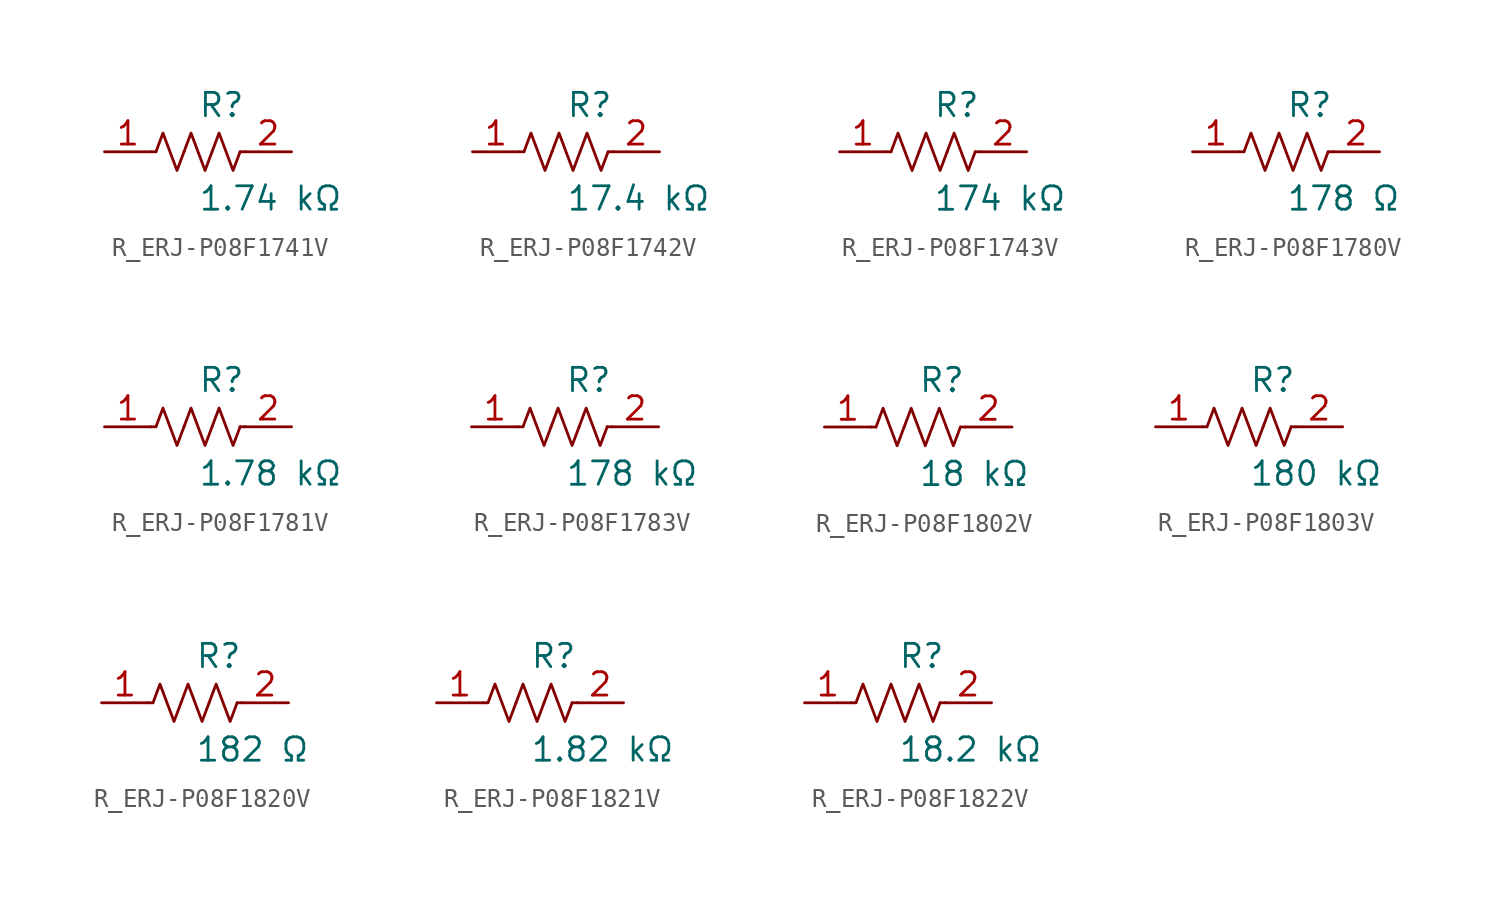
<source format=kicad_sym>
(kicad_symbol_lib
  (version 20231120)
  (generator kicad_symbol_editor)
  (generator_version 8.0)
  (symbol "R_ERJ-P08F1741V"
    (pin_names
      (offset 0.254))
    (property "Reference" "R"
      (at 0.0 2.54 0)
      (effects (font (size 1.27 1.27)) (justify left)))
    (property "Value" "1.74 kΩ"
      (at 0.0 -2.54 0)
      (effects (font (size 1.27 1.27)) (justify left)))
    (symbol "R_ERJ-P08F1741V_0_1"
      (polyline (pts (xy 2.286 0) (xy 2.54 0)) (stroke (width 0) (type default)) (fill (type none)))
      (polyline (pts (xy -2.286 0) (xy -2.54 0)) (stroke (width 0) (type default)) (fill (type none)))
      (polyline (pts (xy 0.762 0) (xy 1.143 1.016) (xy 1.524 0) (xy 1.905 -1.016) (xy 2.286 0)) (stroke (width 0) (type default)) (fill (type none)))
      (polyline (pts (xy -0.762 0) (xy -0.381 1.016) (xy 0 0) (xy 0.381 -1.016) (xy 0.762 0)) (stroke (width 0) (type default)) (fill (type none)))
      (polyline (pts (xy -2.286 0) (xy -1.905 1.016) (xy -1.524 0) (xy -1.143 -1.016) (xy -0.762 0)) (stroke (width 0) (type default)) (fill (type none))))
    (pin unspecified line
      (at -5.08 0 0)
      (length 2.54)
      (name "" (effects (font (size 1.27 1.27))))
      (number "1" (effects (font (size 1.27 1.27)))))
    (pin unspecified line
      (at 5.08 0 180)
      (length 2.54)
      (name "" (effects (font (size 1.27 1.27))))
      (number "2" (effects (font (size 1.27 1.27))))))
  (symbol "R_ERJ-P08F1742V"
    (pin_names
      (offset 0.254))
    (property "Reference" "R"
      (at 0.0 2.54 0)
      (effects (font (size 1.27 1.27)) (justify left)))
    (property "Value" "17.4 kΩ"
      (at 0.0 -2.54 0)
      (effects (font (size 1.27 1.27)) (justify left)))
    (symbol "R_ERJ-P08F1742V_0_1"
      (polyline (pts (xy 2.286 0) (xy 2.54 0)) (stroke (width 0) (type default)) (fill (type none)))
      (polyline (pts (xy -2.286 0) (xy -2.54 0)) (stroke (width 0) (type default)) (fill (type none)))
      (polyline (pts (xy 0.762 0) (xy 1.143 1.016) (xy 1.524 0) (xy 1.905 -1.016) (xy 2.286 0)) (stroke (width 0) (type default)) (fill (type none)))
      (polyline (pts (xy -0.762 0) (xy -0.381 1.016) (xy 0 0) (xy 0.381 -1.016) (xy 0.762 0)) (stroke (width 0) (type default)) (fill (type none)))
      (polyline (pts (xy -2.286 0) (xy -1.905 1.016) (xy -1.524 0) (xy -1.143 -1.016) (xy -0.762 0)) (stroke (width 0) (type default)) (fill (type none))))
    (pin unspecified line
      (at -5.08 0 0)
      (length 2.54)
      (name "" (effects (font (size 1.27 1.27))))
      (number "1" (effects (font (size 1.27 1.27)))))
    (pin unspecified line
      (at 5.08 0 180)
      (length 2.54)
      (name "" (effects (font (size 1.27 1.27))))
      (number "2" (effects (font (size 1.27 1.27))))))
  (symbol "R_ERJ-P08F1743V"
    (pin_names
      (offset 0.254))
    (property "Reference" "R"
      (at 0.0 2.54 0)
      (effects (font (size 1.27 1.27)) (justify left)))
    (property "Value" "174 kΩ"
      (at 0.0 -2.54 0)
      (effects (font (size 1.27 1.27)) (justify left)))
    (symbol "R_ERJ-P08F1743V_0_1"
      (polyline (pts (xy 2.286 0) (xy 2.54 0)) (stroke (width 0) (type default)) (fill (type none)))
      (polyline (pts (xy -2.286 0) (xy -2.54 0)) (stroke (width 0) (type default)) (fill (type none)))
      (polyline (pts (xy 0.762 0) (xy 1.143 1.016) (xy 1.524 0) (xy 1.905 -1.016) (xy 2.286 0)) (stroke (width 0) (type default)) (fill (type none)))
      (polyline (pts (xy -0.762 0) (xy -0.381 1.016) (xy 0 0) (xy 0.381 -1.016) (xy 0.762 0)) (stroke (width 0) (type default)) (fill (type none)))
      (polyline (pts (xy -2.286 0) (xy -1.905 1.016) (xy -1.524 0) (xy -1.143 -1.016) (xy -0.762 0)) (stroke (width 0) (type default)) (fill (type none))))
    (pin unspecified line
      (at -5.08 0 0)
      (length 2.54)
      (name "" (effects (font (size 1.27 1.27))))
      (number "1" (effects (font (size 1.27 1.27)))))
    (pin unspecified line
      (at 5.08 0 180)
      (length 2.54)
      (name "" (effects (font (size 1.27 1.27))))
      (number "2" (effects (font (size 1.27 1.27))))))
  (symbol "R_ERJ-P08F1780V"
    (pin_names
      (offset 0.254))
    (property "Reference" "R"
      (at 0.0 2.54 0)
      (effects (font (size 1.27 1.27)) (justify left)))
    (property "Value" "178 Ω"
      (at 0.0 -2.54 0)
      (effects (font (size 1.27 1.27)) (justify left)))
    (symbol "R_ERJ-P08F1780V_0_1"
      (polyline (pts (xy 2.286 0) (xy 2.54 0)) (stroke (width 0) (type default)) (fill (type none)))
      (polyline (pts (xy -2.286 0) (xy -2.54 0)) (stroke (width 0) (type default)) (fill (type none)))
      (polyline (pts (xy 0.762 0) (xy 1.143 1.016) (xy 1.524 0) (xy 1.905 -1.016) (xy 2.286 0)) (stroke (width 0) (type default)) (fill (type none)))
      (polyline (pts (xy -0.762 0) (xy -0.381 1.016) (xy 0 0) (xy 0.381 -1.016) (xy 0.762 0)) (stroke (width 0) (type default)) (fill (type none)))
      (polyline (pts (xy -2.286 0) (xy -1.905 1.016) (xy -1.524 0) (xy -1.143 -1.016) (xy -0.762 0)) (stroke (width 0) (type default)) (fill (type none))))
    (pin unspecified line
      (at -5.08 0 0)
      (length 2.54)
      (name "" (effects (font (size 1.27 1.27))))
      (number "1" (effects (font (size 1.27 1.27)))))
    (pin unspecified line
      (at 5.08 0 180)
      (length 2.54)
      (name "" (effects (font (size 1.27 1.27))))
      (number "2" (effects (font (size 1.27 1.27))))))
  (symbol "R_ERJ-P08F1781V"
    (pin_names
      (offset 0.254))
    (property "Reference" "R"
      (at 0.0 2.54 0)
      (effects (font (size 1.27 1.27)) (justify left)))
    (property "Value" "1.78 kΩ"
      (at 0.0 -2.54 0)
      (effects (font (size 1.27 1.27)) (justify left)))
    (symbol "R_ERJ-P08F1781V_0_1"
      (polyline (pts (xy 2.286 0) (xy 2.54 0)) (stroke (width 0) (type default)) (fill (type none)))
      (polyline (pts (xy -2.286 0) (xy -2.54 0)) (stroke (width 0) (type default)) (fill (type none)))
      (polyline (pts (xy 0.762 0) (xy 1.143 1.016) (xy 1.524 0) (xy 1.905 -1.016) (xy 2.286 0)) (stroke (width 0) (type default)) (fill (type none)))
      (polyline (pts (xy -0.762 0) (xy -0.381 1.016) (xy 0 0) (xy 0.381 -1.016) (xy 0.762 0)) (stroke (width 0) (type default)) (fill (type none)))
      (polyline (pts (xy -2.286 0) (xy -1.905 1.016) (xy -1.524 0) (xy -1.143 -1.016) (xy -0.762 0)) (stroke (width 0) (type default)) (fill (type none))))
    (pin unspecified line
      (at -5.08 0 0)
      (length 2.54)
      (name "" (effects (font (size 1.27 1.27))))
      (number "1" (effects (font (size 1.27 1.27)))))
    (pin unspecified line
      (at 5.08 0 180)
      (length 2.54)
      (name "" (effects (font (size 1.27 1.27))))
      (number "2" (effects (font (size 1.27 1.27))))))
  (symbol "R_ERJ-P08F1783V"
    (pin_names
      (offset 0.254))
    (property "Reference" "R"
      (at 0.0 2.54 0)
      (effects (font (size 1.27 1.27)) (justify left)))
    (property "Value" "178 kΩ"
      (at 0.0 -2.54 0)
      (effects (font (size 1.27 1.27)) (justify left)))
    (symbol "R_ERJ-P08F1783V_0_1"
      (polyline (pts (xy 2.286 0) (xy 2.54 0)) (stroke (width 0) (type default)) (fill (type none)))
      (polyline (pts (xy -2.286 0) (xy -2.54 0)) (stroke (width 0) (type default)) (fill (type none)))
      (polyline (pts (xy 0.762 0) (xy 1.143 1.016) (xy 1.524 0) (xy 1.905 -1.016) (xy 2.286 0)) (stroke (width 0) (type default)) (fill (type none)))
      (polyline (pts (xy -0.762 0) (xy -0.381 1.016) (xy 0 0) (xy 0.381 -1.016) (xy 0.762 0)) (stroke (width 0) (type default)) (fill (type none)))
      (polyline (pts (xy -2.286 0) (xy -1.905 1.016) (xy -1.524 0) (xy -1.143 -1.016) (xy -0.762 0)) (stroke (width 0) (type default)) (fill (type none))))
    (pin unspecified line
      (at -5.08 0 0)
      (length 2.54)
      (name "" (effects (font (size 1.27 1.27))))
      (number "1" (effects (font (size 1.27 1.27)))))
    (pin unspecified line
      (at 5.08 0 180)
      (length 2.54)
      (name "" (effects (font (size 1.27 1.27))))
      (number "2" (effects (font (size 1.27 1.27))))))
  (symbol "R_ERJ-P08F1802V"
    (pin_names
      (offset 0.254))
    (property "Reference" "R"
      (at 0.0 2.54 0)
      (effects (font (size 1.27 1.27)) (justify left)))
    (property "Value" "18 kΩ"
      (at 0.0 -2.54 0)
      (effects (font (size 1.27 1.27)) (justify left)))
    (symbol "R_ERJ-P08F1802V_0_1"
      (polyline (pts (xy 2.286 0) (xy 2.54 0)) (stroke (width 0) (type default)) (fill (type none)))
      (polyline (pts (xy -2.286 0) (xy -2.54 0)) (stroke (width 0) (type default)) (fill (type none)))
      (polyline (pts (xy 0.762 0) (xy 1.143 1.016) (xy 1.524 0) (xy 1.905 -1.016) (xy 2.286 0)) (stroke (width 0) (type default)) (fill (type none)))
      (polyline (pts (xy -0.762 0) (xy -0.381 1.016) (xy 0 0) (xy 0.381 -1.016) (xy 0.762 0)) (stroke (width 0) (type default)) (fill (type none)))
      (polyline (pts (xy -2.286 0) (xy -1.905 1.016) (xy -1.524 0) (xy -1.143 -1.016) (xy -0.762 0)) (stroke (width 0) (type default)) (fill (type none))))
    (pin unspecified line
      (at -5.08 0 0)
      (length 2.54)
      (name "" (effects (font (size 1.27 1.27))))
      (number "1" (effects (font (size 1.27 1.27)))))
    (pin unspecified line
      (at 5.08 0 180)
      (length 2.54)
      (name "" (effects (font (size 1.27 1.27))))
      (number "2" (effects (font (size 1.27 1.27))))))
  (symbol "R_ERJ-P08F1803V"
    (pin_names
      (offset 0.254))
    (property "Reference" "R"
      (at 0.0 2.54 0)
      (effects (font (size 1.27 1.27)) (justify left)))
    (property "Value" "180 kΩ"
      (at 0.0 -2.54 0)
      (effects (font (size 1.27 1.27)) (justify left)))
    (symbol "R_ERJ-P08F1803V_0_1"
      (polyline (pts (xy 2.286 0) (xy 2.54 0)) (stroke (width 0) (type default)) (fill (type none)))
      (polyline (pts (xy -2.286 0) (xy -2.54 0)) (stroke (width 0) (type default)) (fill (type none)))
      (polyline (pts (xy 0.762 0) (xy 1.143 1.016) (xy 1.524 0) (xy 1.905 -1.016) (xy 2.286 0)) (stroke (width 0) (type default)) (fill (type none)))
      (polyline (pts (xy -0.762 0) (xy -0.381 1.016) (xy 0 0) (xy 0.381 -1.016) (xy 0.762 0)) (stroke (width 0) (type default)) (fill (type none)))
      (polyline (pts (xy -2.286 0) (xy -1.905 1.016) (xy -1.524 0) (xy -1.143 -1.016) (xy -0.762 0)) (stroke (width 0) (type default)) (fill (type none))))
    (pin unspecified line
      (at -5.08 0 0)
      (length 2.54)
      (name "" (effects (font (size 1.27 1.27))))
      (number "1" (effects (font (size 1.27 1.27)))))
    (pin unspecified line
      (at 5.08 0 180)
      (length 2.54)
      (name "" (effects (font (size 1.27 1.27))))
      (number "2" (effects (font (size 1.27 1.27))))))
  (symbol "R_ERJ-P08F1820V"
    (pin_names
      (offset 0.254))
    (property "Reference" "R"
      (at 0.0 2.54 0)
      (effects (font (size 1.27 1.27)) (justify left)))
    (property "Value" "182 Ω"
      (at 0.0 -2.54 0)
      (effects (font (size 1.27 1.27)) (justify left)))
    (symbol "R_ERJ-P08F1820V_0_1"
      (polyline (pts (xy 2.286 0) (xy 2.54 0)) (stroke (width 0) (type default)) (fill (type none)))
      (polyline (pts (xy -2.286 0) (xy -2.54 0)) (stroke (width 0) (type default)) (fill (type none)))
      (polyline (pts (xy 0.762 0) (xy 1.143 1.016) (xy 1.524 0) (xy 1.905 -1.016) (xy 2.286 0)) (stroke (width 0) (type default)) (fill (type none)))
      (polyline (pts (xy -0.762 0) (xy -0.381 1.016) (xy 0 0) (xy 0.381 -1.016) (xy 0.762 0)) (stroke (width 0) (type default)) (fill (type none)))
      (polyline (pts (xy -2.286 0) (xy -1.905 1.016) (xy -1.524 0) (xy -1.143 -1.016) (xy -0.762 0)) (stroke (width 0) (type default)) (fill (type none))))
    (pin unspecified line
      (at -5.08 0 0)
      (length 2.54)
      (name "" (effects (font (size 1.27 1.27))))
      (number "1" (effects (font (size 1.27 1.27)))))
    (pin unspecified line
      (at 5.08 0 180)
      (length 2.54)
      (name "" (effects (font (size 1.27 1.27))))
      (number "2" (effects (font (size 1.27 1.27))))))
  (symbol "R_ERJ-P08F1821V"
    (pin_names
      (offset 0.254))
    (property "Reference" "R"
      (at 0.0 2.54 0)
      (effects (font (size 1.27 1.27)) (justify left)))
    (property "Value" "1.82 kΩ"
      (at 0.0 -2.54 0)
      (effects (font (size 1.27 1.27)) (justify left)))
    (symbol "R_ERJ-P08F1821V_0_1"
      (polyline (pts (xy 2.286 0) (xy 2.54 0)) (stroke (width 0) (type default)) (fill (type none)))
      (polyline (pts (xy -2.286 0) (xy -2.54 0)) (stroke (width 0) (type default)) (fill (type none)))
      (polyline (pts (xy 0.762 0) (xy 1.143 1.016) (xy 1.524 0) (xy 1.905 -1.016) (xy 2.286 0)) (stroke (width 0) (type default)) (fill (type none)))
      (polyline (pts (xy -0.762 0) (xy -0.381 1.016) (xy 0 0) (xy 0.381 -1.016) (xy 0.762 0)) (stroke (width 0) (type default)) (fill (type none)))
      (polyline (pts (xy -2.286 0) (xy -1.905 1.016) (xy -1.524 0) (xy -1.143 -1.016) (xy -0.762 0)) (stroke (width 0) (type default)) (fill (type none))))
    (pin unspecified line
      (at -5.08 0 0)
      (length 2.54)
      (name "" (effects (font (size 1.27 1.27))))
      (number "1" (effects (font (size 1.27 1.27)))))
    (pin unspecified line
      (at 5.08 0 180)
      (length 2.54)
      (name "" (effects (font (size 1.27 1.27))))
      (number "2" (effects (font (size 1.27 1.27))))))
  (symbol "R_ERJ-P08F1822V"
    (pin_names
      (offset 0.254))
    (property "Reference" "R"
      (at 0.0 2.54 0)
      (effects (font (size 1.27 1.27)) (justify left)))
    (property "Value" "18.2 kΩ"
      (at 0.0 -2.54 0)
      (effects (font (size 1.27 1.27)) (justify left)))
    (symbol "R_ERJ-P08F1822V_0_1"
      (polyline (pts (xy 2.286 0) (xy 2.54 0)) (stroke (width 0) (type default)) (fill (type none)))
      (polyline (pts (xy -2.286 0) (xy -2.54 0)) (stroke (width 0) (type default)) (fill (type none)))
      (polyline (pts (xy 0.762 0) (xy 1.143 1.016) (xy 1.524 0) (xy 1.905 -1.016) (xy 2.286 0)) (stroke (width 0) (type default)) (fill (type none)))
      (polyline (pts (xy -0.762 0) (xy -0.381 1.016) (xy 0 0) (xy 0.381 -1.016) (xy 0.762 0)) (stroke (width 0) (type default)) (fill (type none)))
      (polyline (pts (xy -2.286 0) (xy -1.905 1.016) (xy -1.524 0) (xy -1.143 -1.016) (xy -0.762 0)) (stroke (width 0) (type default)) (fill (type none))))
    (pin unspecified line
      (at -5.08 0 0)
      (length 2.54)
      (name "" (effects (font (size 1.27 1.27))))
      (number "1" (effects (font (size 1.27 1.27)))))
    (pin unspecified line
      (at 5.08 0 180)
      (length 2.54)
      (name "" (effects (font (size 1.27 1.27))))
      (number "2" (effects (font (size 1.27 1.27)))))))
</source>
